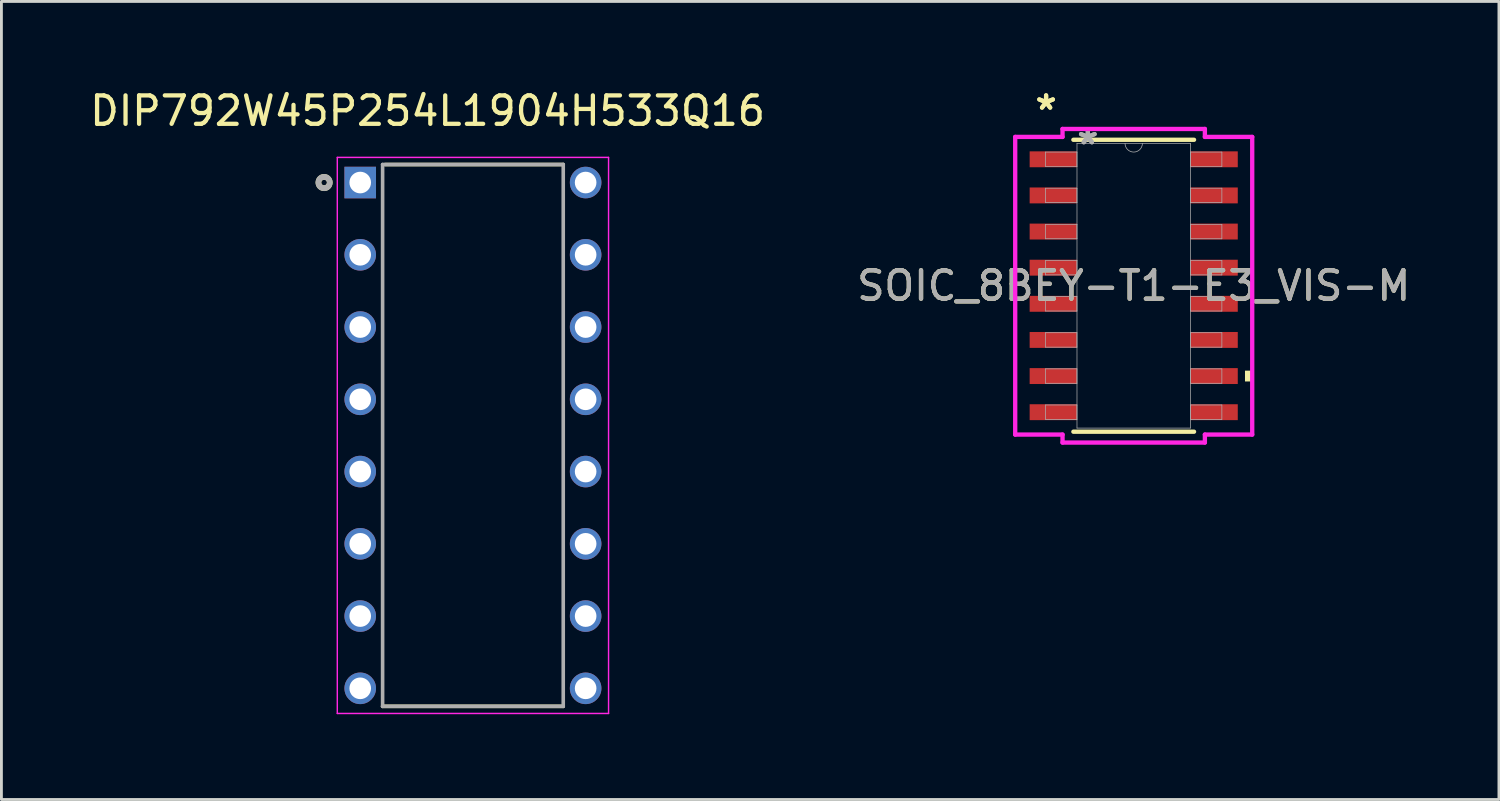
<source format=kicad_pcb>
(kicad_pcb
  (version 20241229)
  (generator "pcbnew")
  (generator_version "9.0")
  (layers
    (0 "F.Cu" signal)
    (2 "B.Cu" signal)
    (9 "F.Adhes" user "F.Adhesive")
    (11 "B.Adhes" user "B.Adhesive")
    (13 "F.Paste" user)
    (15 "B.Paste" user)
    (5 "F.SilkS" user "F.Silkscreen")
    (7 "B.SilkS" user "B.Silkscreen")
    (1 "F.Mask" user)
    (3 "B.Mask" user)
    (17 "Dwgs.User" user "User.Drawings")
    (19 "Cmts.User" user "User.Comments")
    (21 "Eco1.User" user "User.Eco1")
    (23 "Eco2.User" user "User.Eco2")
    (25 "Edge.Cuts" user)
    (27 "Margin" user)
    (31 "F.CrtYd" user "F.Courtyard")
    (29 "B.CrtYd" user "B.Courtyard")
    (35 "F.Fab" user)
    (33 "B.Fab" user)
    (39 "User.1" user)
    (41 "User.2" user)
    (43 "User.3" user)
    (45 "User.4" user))
  (footprint "SOIC_8BEY-T1-E3_VIS-M"
    (layer "F.Cu")
    (at 36.804 6.995)
    (property "Reference" "SOIC_8BEY-T1-E3_VIS-M" (at 0 0 0) (unlocked yes) (layer "F.SilkS") (effects (font (size 1 1) (thickness 0.15))))
    (attr smd)
    (fp_line (start -2.121 5.131) (end 2.121 5.131) (stroke (width 0.152) (type solid)) (layer "F.SilkS"))
    (fp_line (start 2.121 -5.131) (end -2.121 -5.131) (stroke (width 0.152) (type solid)) (layer "F.SilkS"))
    (fp_poly (pts (xy 4.166 2.985) (xy 4.166 3.365) (xy 3.912 3.365) (xy 3.912 2.985)) (stroke (width 0) (type solid)) (fill yes) (layer "F.SilkS"))
    (fp_line (start -4.166 -5.232) (end -2.502 -5.232) (stroke (width 0.152) (type solid)) (layer "F.CrtYd"))
    (fp_line (start -4.166 5.232) (end -4.166 -5.232) (stroke (width 0.152) (type solid)) (layer "F.CrtYd"))
    (fp_line (start -4.166 5.232) (end -2.502 5.232) (stroke (width 0.152) (type solid)) (layer "F.CrtYd"))
    (fp_line (start -2.502 -5.512) (end 2.502 -5.512) (stroke (width 0.152) (type solid)) (layer "F.CrtYd"))
    (fp_line (start -2.502 -5.232) (end -2.502 -5.512) (stroke (width 0.152) (type solid)) (layer "F.CrtYd"))
    (fp_line (start -2.502 5.512) (end -2.502 5.232) (stroke (width 0.152) (type solid)) (layer "F.CrtYd"))
    (fp_line (start 2.502 -5.512) (end 2.502 -5.232) (stroke (width 0.152) (type solid)) (layer "F.CrtYd"))
    (fp_line (start 2.502 5.232) (end 2.502 5.512) (stroke (width 0.152) (type solid)) (layer "F.CrtYd"))
    (fp_line (start 2.502 5.512) (end -2.502 5.512) (stroke (width 0.152) (type solid)) (layer "F.CrtYd"))
    (fp_line (start 4.166 -5.232) (end 2.502 -5.232) (stroke (width 0.152) (type solid)) (layer "F.CrtYd"))
    (fp_line (start 4.166 -5.232) (end 4.166 5.232) (stroke (width 0.152) (type solid)) (layer "F.CrtYd"))
    (fp_line (start 4.166 5.232) (end 2.502 5.232) (stroke (width 0.152) (type solid)) (layer "F.CrtYd"))
    (fp_line (start -3.099 -4.699) (end -3.099 -4.191) (stroke (width 0.025) (type solid)) (layer "F.Fab"))
    (fp_line (start -3.099 -4.191) (end -1.994 -4.191) (stroke (width 0.025) (type solid)) (layer "F.Fab"))
    (fp_line (start -3.099 -3.429) (end -3.099 -2.921) (stroke (width 0.025) (type solid)) (layer "F.Fab"))
    (fp_line (start -3.099 -2.921) (end -1.994 -2.921) (stroke (width 0.025) (type solid)) (layer "F.Fab"))
    (fp_line (start -3.099 -2.159) (end -3.099 -1.651) (stroke (width 0.025) (type solid)) (layer "F.Fab"))
    (fp_line (start -3.099 -1.651) (end -1.994 -1.651) (stroke (width 0.025) (type solid)) (layer "F.Fab"))
    (fp_line (start -3.099 -0.889) (end -3.099 -0.381) (stroke (width 0.025) (type solid)) (layer "F.Fab"))
    (fp_line (start -3.099 -0.381) (end -1.994 -0.381) (stroke (width 0.025) (type solid)) (layer "F.Fab"))
    (fp_line (start -3.099 0.381) (end -3.099 0.889) (stroke (width 0.025) (type solid)) (layer "F.Fab"))
    (fp_line (start -3.099 0.889) (end -1.994 0.889) (stroke (width 0.025) (type solid)) (layer "F.Fab"))
    (fp_line (start -3.099 1.651) (end -3.099 2.159) (stroke (width 0.025) (type solid)) (layer "F.Fab"))
    (fp_line (start -3.099 2.159) (end -1.994 2.159) (stroke (width 0.025) (type solid)) (layer "F.Fab"))
    (fp_line (start -3.099 2.921) (end -3.099 3.429) (stroke (width 0.025) (type solid)) (layer "F.Fab"))
    (fp_line (start -3.099 3.429) (end -1.994 3.429) (stroke (width 0.025) (type solid)) (layer "F.Fab"))
    (fp_line (start -3.099 4.191) (end -3.099 4.699) (stroke (width 0.025) (type solid)) (layer "F.Fab"))
    (fp_line (start -3.099 4.699) (end -1.994 4.699) (stroke (width 0.025) (type solid)) (layer "F.Fab"))
    (fp_line (start -1.994 -5.004) (end -1.994 5.004) (stroke (width 0.025) (type solid)) (layer "F.Fab"))
    (fp_line (start -1.994 -4.699) (end -3.099 -4.699) (stroke (width 0.025) (type solid)) (layer "F.Fab"))
    (fp_line (start -1.994 -4.191) (end -1.994 -4.699) (stroke (width 0.025) (type solid)) (layer "F.Fab"))
    (fp_line (start -1.994 -3.429) (end -3.099 -3.429) (stroke (width 0.025) (type solid)) (layer "F.Fab"))
    (fp_line (start -1.994 -2.921) (end -1.994 -3.429) (stroke (width 0.025) (type solid)) (layer "F.Fab"))
    (fp_line (start -1.994 -2.159) (end -3.099 -2.159) (stroke (width 0.025) (type solid)) (layer "F.Fab"))
    (fp_line (start -1.994 -1.651) (end -1.994 -2.159) (stroke (width 0.025) (type solid)) (layer "F.Fab"))
    (fp_line (start -1.994 -0.889) (end -3.099 -0.889) (stroke (width 0.025) (type solid)) (layer "F.Fab"))
    (fp_line (start -1.994 -0.381) (end -1.994 -0.889) (stroke (width 0.025) (type solid)) (layer "F.Fab"))
    (fp_line (start -1.994 0.381) (end -3.099 0.381) (stroke (width 0.025) (type solid)) (layer "F.Fab"))
    (fp_line (start -1.994 0.889) (end -1.994 0.381) (stroke (width 0.025) (type solid)) (layer "F.Fab"))
    (fp_line (start -1.994 1.651) (end -3.099 1.651) (stroke (width 0.025) (type solid)) (layer "F.Fab"))
    (fp_line (start -1.994 2.159) (end -1.994 1.651) (stroke (width 0.025) (type solid)) (layer "F.Fab"))
    (fp_line (start -1.994 2.921) (end -3.099 2.921) (stroke (width 0.025) (type solid)) (layer "F.Fab"))
    (fp_line (start -1.994 3.429) (end -1.994 2.921) (stroke (width 0.025) (type solid)) (layer "F.Fab"))
    (fp_line (start -1.994 4.191) (end -3.099 4.191) (stroke (width 0.025) (type solid)) (layer "F.Fab"))
    (fp_line (start -1.994 4.699) (end -1.994 4.191) (stroke (width 0.025) (type solid)) (layer "F.Fab"))
    (fp_line (start -1.994 5.004) (end 1.994 5.004) (stroke (width 0.025) (type solid)) (layer "F.Fab"))
    (fp_line (start 1.994 -5.004) (end -1.994 -5.004) (stroke (width 0.025) (type solid)) (layer "F.Fab"))
    (fp_line (start 1.994 -4.699) (end 1.994 -4.191) (stroke (width 0.025) (type solid)) (layer "F.Fab"))
    (fp_line (start 1.994 -4.191) (end 3.099 -4.191) (stroke (width 0.025) (type solid)) (layer "F.Fab"))
    (fp_line (start 1.994 -3.429) (end 1.994 -2.921) (stroke (width 0.025) (type solid)) (layer "F.Fab"))
    (fp_line (start 1.994 -2.921) (end 3.099 -2.921) (stroke (width 0.025) (type solid)) (layer "F.Fab"))
    (fp_line (start 1.994 -2.159) (end 1.994 -1.651) (stroke (width 0.025) (type solid)) (layer "F.Fab"))
    (fp_line (start 1.994 -1.651) (end 3.099 -1.651) (stroke (width 0.025) (type solid)) (layer "F.Fab"))
    (fp_line (start 1.994 -0.889) (end 1.994 -0.381) (stroke (width 0.025) (type solid)) (layer "F.Fab"))
    (fp_line (start 1.994 -0.381) (end 3.099 -0.381) (stroke (width 0.025) (type solid)) (layer "F.Fab"))
    (fp_line (start 1.994 0.381) (end 1.994 0.889) (stroke (width 0.025) (type solid)) (layer "F.Fab"))
    (fp_line (start 1.994 0.889) (end 3.099 0.889) (stroke (width 0.025) (type solid)) (layer "F.Fab"))
    (fp_line (start 1.994 1.651) (end 1.994 2.159) (stroke (width 0.025) (type solid)) (layer "F.Fab"))
    (fp_line (start 1.994 2.159) (end 3.099 2.159) (stroke (width 0.025) (type solid)) (layer "F.Fab"))
    (fp_line (start 1.994 2.921) (end 1.994 3.429) (stroke (width 0.025) (type solid)) (layer "F.Fab"))
    (fp_line (start 1.994 3.429) (end 3.099 3.429) (stroke (width 0.025) (type solid)) (layer "F.Fab"))
    (fp_line (start 1.994 4.191) (end 1.994 4.699) (stroke (width 0.025) (type solid)) (layer "F.Fab"))
    (fp_line (start 1.994 4.699) (end 3.099 4.699) (stroke (width 0.025) (type solid)) (layer "F.Fab"))
    (fp_line (start 1.994 5.004) (end 1.994 -5.004) (stroke (width 0.025) (type solid)) (layer "F.Fab"))
    (fp_line (start 3.099 -4.699) (end 1.994 -4.699) (stroke (width 0.025) (type solid)) (layer "F.Fab"))
    (fp_line (start 3.099 -4.191) (end 3.099 -4.699) (stroke (width 0.025) (type solid)) (layer "F.Fab"))
    (fp_line (start 3.099 -3.429) (end 1.994 -3.429) (stroke (width 0.025) (type solid)) (layer "F.Fab"))
    (fp_line (start 3.099 -2.921) (end 3.099 -3.429) (stroke (width 0.025) (type solid)) (layer "F.Fab"))
    (fp_line (start 3.099 -2.159) (end 1.994 -2.159) (stroke (width 0.025) (type solid)) (layer "F.Fab"))
    (fp_line (start 3.099 -1.651) (end 3.099 -2.159) (stroke (width 0.025) (type solid)) (layer "F.Fab"))
    (fp_line (start 3.099 -0.889) (end 1.994 -0.889) (stroke (width 0.025) (type solid)) (layer "F.Fab"))
    (fp_line (start 3.099 -0.381) (end 3.099 -0.889) (stroke (width 0.025) (type solid)) (layer "F.Fab"))
    (fp_line (start 3.099 0.381) (end 1.994 0.381) (stroke (width 0.025) (type solid)) (layer "F.Fab"))
    (fp_line (start 3.099 0.889) (end 3.099 0.381) (stroke (width 0.025) (type solid)) (layer "F.Fab"))
    (fp_line (start 3.099 1.651) (end 1.994 1.651) (stroke (width 0.025) (type solid)) (layer "F.Fab"))
    (fp_line (start 3.099 2.159) (end 3.099 1.651) (stroke (width 0.025) (type solid)) (layer "F.Fab"))
    (fp_line (start 3.099 2.921) (end 1.994 2.921) (stroke (width 0.025) (type solid)) (layer "F.Fab"))
    (fp_line (start 3.099 3.429) (end 3.099 2.921) (stroke (width 0.025) (type solid)) (layer "F.Fab"))
    (fp_line (start 3.099 4.191) (end 1.994 4.191) (stroke (width 0.025) (type solid)) (layer "F.Fab"))
    (fp_line (start 3.099 4.699) (end 3.099 4.191) (stroke (width 0.025) (type solid)) (layer "F.Fab"))
    (fp_arc (start 0.3048 -5.0038) (mid 0 -4.699) (end -0.3048 -5.0038) (stroke (width 0.0254) (type solid)) (layer "F.Fab"))
    (fp_text user "*" (at -3.08 -6.147 0) (unlocked yes) (layer "F.SilkS") (effects (font (size 1 1) (thickness 0.15))))
    (fp_text user "*" (at -3.08 -6.147 0) (layer "F.SilkS") (effects (font (size 1 1) (thickness 0.15))))
    (fp_text user "*" (at -1.613 -4.928 0) (layer "F.Fab") (effects (font (size 1 1) (thickness 0.15))))
    (fp_text user "${REFERENCE}" (at 0 0 0) (unlocked yes) (layer "F.Fab") (effects (font (size 1 1) (thickness 0.15))))
    (fp_text user "*" (at -1.613 -4.928 0) (unlocked yes) (layer "F.Fab") (effects (font (size 1 1) (thickness 0.15))))
    (pad "1" smd rect (at -2.826 -4.445) (size 1.664 0.559) (layers "F.Cu" "F.Mask" "F.Paste"))
    (pad "2" smd rect (at -2.826 -3.175) (size 1.664 0.559) (layers "F.Cu" "F.Mask" "F.Paste"))
    (pad "3" smd rect (at -2.826 -1.905) (size 1.664 0.559) (layers "F.Cu" "F.Mask" "F.Paste"))
    (pad "4" smd rect (at -2.826 -0.635) (size 1.664 0.559) (layers "F.Cu" "F.Mask" "F.Paste"))
    (pad "5" smd rect (at -2.826 0.635) (size 1.664 0.559) (layers "F.Cu" "F.Mask" "F.Paste"))
    (pad "6" smd rect (at -2.826 1.905) (size 1.664 0.559) (layers "F.Cu" "F.Mask" "F.Paste"))
    (pad "7" smd rect (at -2.826 3.175) (size 1.664 0.559) (layers "F.Cu" "F.Mask" "F.Paste"))
    (pad "8" smd rect (at -2.826 4.445) (size 1.664 0.559) (layers "F.Cu" "F.Mask" "F.Paste"))
    (pad "9" smd rect (at 2.826 4.445) (size 1.664 0.559) (layers "F.Cu" "F.Mask" "F.Paste"))
    (pad "10" smd rect (at 2.826 3.175) (size 1.664 0.559) (layers "F.Cu" "F.Mask" "F.Paste"))
    (pad "11" smd rect (at 2.826 1.905) (size 1.664 0.559) (layers "F.Cu" "F.Mask" "F.Paste"))
    (pad "12" smd rect (at 2.826 0.635) (size 1.664 0.559) (layers "F.Cu" "F.Mask" "F.Paste"))
    (pad "13" smd rect (at 2.826 -0.635) (size 1.664 0.559) (layers "F.Cu" "F.Mask" "F.Paste"))
    (pad "14" smd rect (at 2.826 -1.905) (size 1.664 0.559) (layers "F.Cu" "F.Mask" "F.Paste"))
    (pad "15" smd rect (at 2.826 -3.175) (size 1.664 0.559) (layers "F.Cu" "F.Mask" "F.Paste"))
    (pad "16" smd rect (at 2.826 -4.445) (size 1.664 0.559) (layers "F.Cu" "F.Mask" "F.Paste")))
  (footprint "DIP792W45P254L1904H533Q16"
    (layer "F.Cu")
    (at 13.575 12.257)
    (property "Reference" "DIP792W45P254L1904H533Q16" (at -1.593 -11.409 0) (layer "F.SilkS") (effects (font (size 1 1) (thickness 0.15))))
    (attr through_hole)
    (fp_line (start -3.175 9.524) (end 3.175 9.524) (stroke (width 0.127) (type solid)) (layer "F.SilkS"))
    (fp_line (start -3.087 -9.524) (end 3.175 -9.524) (stroke (width 0.127) (type solid)) (layer "F.SilkS"))
    (fp_circle (center -5.232 -8.89) (end -5.133 -8.89) (stroke (width 0.2) (type solid)) (fill no) (layer "F.SilkS"))
    (fp_line (start -4.768 -9.774) (end -4.768 9.774) (stroke (width 0.05) (type solid)) (layer "F.CrtYd"))
    (fp_line (start -4.768 9.774) (end 4.768 9.774) (stroke (width 0.05) (type solid)) (layer "F.CrtYd"))
    (fp_line (start 4.768 -9.774) (end -4.768 -9.774) (stroke (width 0.05) (type solid)) (layer "F.CrtYd"))
    (fp_line (start 4.768 9.774) (end 4.768 -9.774) (stroke (width 0.05) (type solid)) (layer "F.CrtYd"))
    (fp_line (start -3.175 -9.524) (end -3.175 9.524) (stroke (width 0.127) (type solid)) (layer "F.Fab"))
    (fp_line (start -3.175 -9.524) (end 3.175 -9.524) (stroke (width 0.127) (type solid)) (layer "F.Fab"))
    (fp_line (start -3.175 9.524) (end 3.175 9.524) (stroke (width 0.127) (type solid)) (layer "F.Fab"))
    (fp_line (start 3.175 -9.524) (end 3.175 9.524) (stroke (width 0.127) (type solid)) (layer "F.Fab"))
    (fp_circle (center -5.232 -8.89) (end -5.133 -8.89) (stroke (width 0.2) (type solid)) (fill no) (layer "F.Fab"))
    (pad "1" thru_hole rect (at -3.962 -8.89) (size 1.11 1.11) (drill 0.76) (layers "*.Cu" "*.Mask"))
    (pad "2" thru_hole circle (at -3.962 -6.35) (size 1.11 1.11) (drill 0.76) (layers "*.Cu" "*.Mask"))
    (pad "3" thru_hole circle (at -3.962 -3.81) (size 1.11 1.11) (drill 0.76) (layers "*.Cu" "*.Mask"))
    (pad "4" thru_hole circle (at -3.962 -1.27) (size 1.11 1.11) (drill 0.76) (layers "*.Cu" "*.Mask"))
    (pad "5" thru_hole circle (at -3.962 1.27) (size 1.11 1.11) (drill 0.76) (layers "*.Cu" "*.Mask"))
    (pad "6" thru_hole circle (at -3.962 3.81) (size 1.11 1.11) (drill 0.76) (layers "*.Cu" "*.Mask"))
    (pad "7" thru_hole circle (at -3.962 6.35) (size 1.11 1.11) (drill 0.76) (layers "*.Cu" "*.Mask"))
    (pad "8" thru_hole circle (at -3.962 8.89) (size 1.11 1.11) (drill 0.76) (layers "*.Cu" "*.Mask"))
    (pad "9" thru_hole circle (at 3.962 8.89) (size 1.11 1.11) (drill 0.76) (layers "*.Cu" "*.Mask"))
    (pad "10" thru_hole circle (at 3.962 6.35) (size 1.11 1.11) (drill 0.76) (layers "*.Cu" "*.Mask"))
    (pad "11" thru_hole circle (at 3.962 3.81) (size 1.11 1.11) (drill 0.76) (layers "*.Cu" "*.Mask"))
    (pad "12" thru_hole circle (at 3.962 1.27) (size 1.11 1.11) (drill 0.76) (layers "*.Cu" "*.Mask"))
    (pad "13" thru_hole circle (at 3.962 -1.27) (size 1.11 1.11) (drill 0.76) (layers "*.Cu" "*.Mask"))
    (pad "14" thru_hole circle (at 3.962 -3.81) (size 1.11 1.11) (drill 0.76) (layers "*.Cu" "*.Mask"))
    (pad "15" thru_hole circle (at 3.962 -6.35) (size 1.11 1.11) (drill 0.76) (layers "*.Cu" "*.Mask"))
    (pad "16" thru_hole circle (at 3.962 -8.89) (size 1.11 1.11) (drill 0.76) (layers "*.Cu" "*.Mask")))
  (gr_rect
    (start -3 -3)
    (end 49.643 25.055)
    (stroke (width 0.1) (type default))
    (fill no)
    (layer "Edge.Cuts")))
</source>
